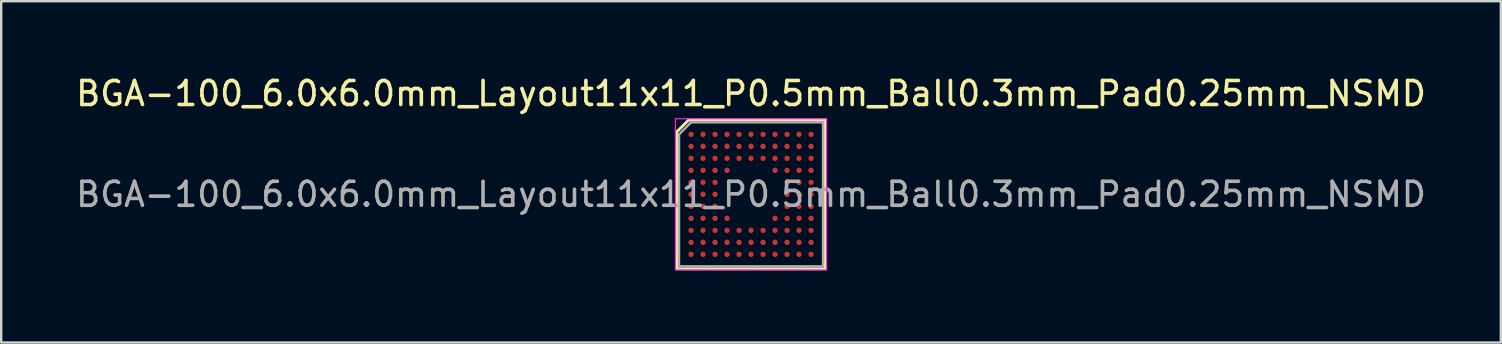
<source format=kicad_pcb>
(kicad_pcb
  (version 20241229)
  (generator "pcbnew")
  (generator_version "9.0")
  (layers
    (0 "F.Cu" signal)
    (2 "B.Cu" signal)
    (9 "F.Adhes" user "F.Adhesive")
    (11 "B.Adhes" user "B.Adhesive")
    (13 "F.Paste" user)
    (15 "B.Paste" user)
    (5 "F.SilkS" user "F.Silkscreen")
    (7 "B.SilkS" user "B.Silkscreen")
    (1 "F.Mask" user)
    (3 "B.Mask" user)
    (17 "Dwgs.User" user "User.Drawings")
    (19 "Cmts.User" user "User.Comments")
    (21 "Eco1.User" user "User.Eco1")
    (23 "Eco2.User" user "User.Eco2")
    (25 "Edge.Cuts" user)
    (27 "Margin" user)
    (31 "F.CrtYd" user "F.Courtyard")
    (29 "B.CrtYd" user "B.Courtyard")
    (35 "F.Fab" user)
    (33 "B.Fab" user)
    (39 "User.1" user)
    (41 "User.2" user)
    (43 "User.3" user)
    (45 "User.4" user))
  (footprint "BGA-100_6.0x6.0mm_Layout11x11_P0.5mm_Ball0.3mm_Pad0.25mm_NSMD"
    (layer "F.Cu")
    (at 28.244 5.048)
    (property "Reference" "BGA-100_6.0x6.0mm_Layout11x11_P0.5mm_Ball0.3mm_Pad0.25mm_NSMD" (at 0 -4.2 0) (layer "F.SilkS") (effects (font (size 1 1) (thickness 0.15))))
    (attr smd)
    (fp_line (start -3.1 -2.6) (end -3.1 3.1) (stroke (width 0.12) (type solid)) (layer "F.SilkS"))
    (fp_line (start -3.1 3.1) (end 3.1 3.1) (stroke (width 0.12) (type solid)) (layer "F.SilkS"))
    (fp_line (start -2.6 -3.1) (end -3.1 -2.6) (stroke (width 0.12) (type solid)) (layer "F.SilkS"))
    (fp_line (start 3.1 -3.1) (end -2.6 -3.1) (stroke (width 0.12) (type solid)) (layer "F.SilkS"))
    (fp_line (start 3.1 3.1) (end 3.1 -3.1) (stroke (width 0.12) (type solid)) (layer "F.SilkS"))
    (fp_line (start -3.15 -3.15) (end 3.15 -3.15) (stroke (width 0.05) (type solid)) (layer "F.CrtYd"))
    (fp_line (start -3.15 3.15) (end -3.15 -3.15) (stroke (width 0.05) (type solid)) (layer "F.CrtYd"))
    (fp_line (start 3.15 -3.15) (end 3.15 3.15) (stroke (width 0.05) (type solid)) (layer "F.CrtYd"))
    (fp_line (start 3.15 3.15) (end -3.15 3.15) (stroke (width 0.05) (type solid)) (layer "F.CrtYd"))
    (fp_line (start -3 -2.5) (end -3 3) (stroke (width 0.1) (type solid)) (layer "F.Fab"))
    (fp_line (start -3 3) (end 3 3) (stroke (width 0.1) (type solid)) (layer "F.Fab"))
    (fp_line (start -2.5 -3) (end -3 -2.5) (stroke (width 0.1) (type solid)) (layer "F.Fab"))
    (fp_line (start 3 -3) (end -2.5 -3) (stroke (width 0.1) (type solid)) (layer "F.Fab"))
    (fp_line (start 3 3) (end 3 -3) (stroke (width 0.1) (type solid)) (layer "F.Fab"))
    (fp_text user "${REFERENCE}" (at 0 0 0) (layer "F.Fab") (effects (font (size 1 1) (thickness 0.15))))
    (pad "A1" smd circle (at -2.5 -2.5) (size 0.225 0.225) (layers "F.Cu" "F.Mask" "F.Paste"))
    (pad "A2" smd circle (at -2 -2.5) (size 0.225 0.225) (layers "F.Cu" "F.Mask" "F.Paste"))
    (pad "A3" smd circle (at -1.5 -2.5) (size 0.225 0.225) (layers "F.Cu" "F.Mask" "F.Paste"))
    (pad "A4" smd circle (at -1 -2.5) (size 0.225 0.225) (layers "F.Cu" "F.Mask" "F.Paste"))
    (pad "A5" smd circle (at -0.5 -2.5) (size 0.225 0.225) (layers "F.Cu" "F.Mask" "F.Paste"))
    (pad "A6" smd circle (at 0 -2.5) (size 0.225 0.225) (layers "F.Cu" "F.Mask" "F.Paste"))
    (pad "A7" smd circle (at 0.5 -2.5) (size 0.225 0.225) (layers "F.Cu" "F.Mask" "F.Paste"))
    (pad "A8" smd circle (at 1 -2.5) (size 0.225 0.225) (layers "F.Cu" "F.Mask" "F.Paste"))
    (pad "A9" smd circle (at 1.5 -2.5) (size 0.225 0.225) (layers "F.Cu" "F.Mask" "F.Paste"))
    (pad "A10" smd circle (at 2 -2.5) (size 0.225 0.225) (layers "F.Cu" "F.Mask" "F.Paste"))
    (pad "A11" smd circle (at 2.5 -2.5) (size 0.225 0.225) (layers "F.Cu" "F.Mask" "F.Paste"))
    (pad "B1" smd circle (at -2.5 -2) (size 0.225 0.225) (layers "F.Cu" "F.Mask" "F.Paste"))
    (pad "B2" smd circle (at -2 -2) (size 0.225 0.225) (layers "F.Cu" "F.Mask" "F.Paste"))
    (pad "B3" smd circle (at -1.5 -2) (size 0.225 0.225) (layers "F.Cu" "F.Mask" "F.Paste"))
    (pad "B4" smd circle (at -1 -2) (size 0.225 0.225) (layers "F.Cu" "F.Mask" "F.Paste"))
    (pad "B5" smd circle (at -0.5 -2) (size 0.225 0.225) (layers "F.Cu" "F.Mask" "F.Paste"))
    (pad "B6" smd circle (at 0 -2) (size 0.225 0.225) (layers "F.Cu" "F.Mask" "F.Paste"))
    (pad "B7" smd circle (at 0.5 -2) (size 0.225 0.225) (layers "F.Cu" "F.Mask" "F.Paste"))
    (pad "B8" smd circle (at 1 -2) (size 0.225 0.225) (layers "F.Cu" "F.Mask" "F.Paste"))
    (pad "B9" smd circle (at 1.5 -2) (size 0.225 0.225) (layers "F.Cu" "F.Mask" "F.Paste"))
    (pad "B10" smd circle (at 2 -2) (size 0.225 0.225) (layers "F.Cu" "F.Mask" "F.Paste"))
    (pad "B11" smd circle (at 2.5 -2) (size 0.225 0.225) (layers "F.Cu" "F.Mask" "F.Paste"))
    (pad "C1" smd circle (at -2.5 -1.5) (size 0.225 0.225) (layers "F.Cu" "F.Mask" "F.Paste"))
    (pad "C2" smd circle (at -2 -1.5) (size 0.225 0.225) (layers "F.Cu" "F.Mask" "F.Paste"))
    (pad "C3" smd circle (at -1.5 -1.5) (size 0.225 0.225) (layers "F.Cu" "F.Mask" "F.Paste"))
    (pad "C4" smd circle (at -1 -1.5) (size 0.225 0.225) (layers "F.Cu" "F.Mask" "F.Paste"))
    (pad "C5" smd circle (at -0.5 -1.5) (size 0.225 0.225) (layers "F.Cu" "F.Mask" "F.Paste"))
    (pad "C6" smd circle (at 0 -1.5) (size 0.225 0.225) (layers "F.Cu" "F.Mask" "F.Paste"))
    (pad "C7" smd circle (at 0.5 -1.5) (size 0.225 0.225) (layers "F.Cu" "F.Mask" "F.Paste"))
    (pad "C8" smd circle (at 1 -1.5) (size 0.225 0.225) (layers "F.Cu" "F.Mask" "F.Paste"))
    (pad "C9" smd circle (at 1.5 -1.5) (size 0.225 0.225) (layers "F.Cu" "F.Mask" "F.Paste"))
    (pad "C10" smd circle (at 2 -1.5) (size 0.225 0.225) (layers "F.Cu" "F.Mask" "F.Paste"))
    (pad "C11" smd circle (at 2.5 -1.5) (size 0.225 0.225) (layers "F.Cu" "F.Mask" "F.Paste"))
    (pad "D1" smd circle (at -2.5 -1) (size 0.225 0.225) (layers "F.Cu" "F.Mask" "F.Paste"))
    (pad "D2" smd circle (at -2 -1) (size 0.225 0.225) (layers "F.Cu" "F.Mask" "F.Paste"))
    (pad "D3" smd circle (at -1.5 -1) (size 0.225 0.225) (layers "F.Cu" "F.Mask" "F.Paste"))
    (pad "D4" smd circle (at -1 -1) (size 0.225 0.225) (layers "F.Cu" "F.Mask" "F.Paste"))
    (pad "D8" smd circle (at 1 -1) (size 0.225 0.225) (layers "F.Cu" "F.Mask" "F.Paste"))
    (pad "D9" smd circle (at 1.5 -1) (size 0.225 0.225) (layers "F.Cu" "F.Mask" "F.Paste"))
    (pad "D10" smd circle (at 2 -1) (size 0.225 0.225) (layers "F.Cu" "F.Mask" "F.Paste"))
    (pad "D11" smd circle (at 2.5 -1) (size 0.225 0.225) (layers "F.Cu" "F.Mask" "F.Paste"))
    (pad "E1" smd circle (at -2.5 -0.5) (size 0.225 0.225) (layers "F.Cu" "F.Mask" "F.Paste"))
    (pad "E2" smd circle (at -2 -0.5) (size 0.225 0.225) (layers "F.Cu" "F.Mask" "F.Paste"))
    (pad "E3" smd circle (at -1.5 -0.5) (size 0.225 0.225) (layers "F.Cu" "F.Mask" "F.Paste"))
    (pad "E9" smd circle (at 1.5 -0.5) (size 0.225 0.225) (layers "F.Cu" "F.Mask" "F.Paste"))
    (pad "E10" smd circle (at 2 -0.5) (size 0.225 0.225) (layers "F.Cu" "F.Mask" "F.Paste"))
    (pad "E11" smd circle (at 2.5 -0.5) (size 0.225 0.225) (layers "F.Cu" "F.Mask" "F.Paste"))
    (pad "F1" smd circle (at -2.5 0) (size 0.225 0.225) (layers "F.Cu" "F.Mask" "F.Paste"))
    (pad "F2" smd circle (at -2 0) (size 0.225 0.225) (layers "F.Cu" "F.Mask" "F.Paste"))
    (pad "F3" smd circle (at -1.5 0) (size 0.225 0.225) (layers "F.Cu" "F.Mask" "F.Paste"))
    (pad "F9" smd circle (at 1.5 0) (size 0.225 0.225) (layers "F.Cu" "F.Mask" "F.Paste"))
    (pad "F10" smd circle (at 2 0) (size 0.225 0.225) (layers "F.Cu" "F.Mask" "F.Paste"))
    (pad "F11" smd circle (at 2.5 0) (size 0.225 0.225) (layers "F.Cu" "F.Mask" "F.Paste"))
    (pad "G1" smd circle (at -2.5 0.5) (size 0.225 0.225) (layers "F.Cu" "F.Mask" "F.Paste"))
    (pad "G2" smd circle (at -2 0.5) (size 0.225 0.225) (layers "F.Cu" "F.Mask" "F.Paste"))
    (pad "G3" smd circle (at -1.5 0.5) (size 0.225 0.225) (layers "F.Cu" "F.Mask" "F.Paste"))
    (pad "G9" smd circle (at 1.5 0.5) (size 0.225 0.225) (layers "F.Cu" "F.Mask" "F.Paste"))
    (pad "G10" smd circle (at 2 0.5) (size 0.225 0.225) (layers "F.Cu" "F.Mask" "F.Paste"))
    (pad "G11" smd circle (at 2.5 0.5) (size 0.225 0.225) (layers "F.Cu" "F.Mask" "F.Paste"))
    (pad "H1" smd circle (at -2.5 1) (size 0.225 0.225) (layers "F.Cu" "F.Mask" "F.Paste"))
    (pad "H2" smd circle (at -2 1) (size 0.225 0.225) (layers "F.Cu" "F.Mask" "F.Paste"))
    (pad "H3" smd circle (at -1.5 1) (size 0.225 0.225) (layers "F.Cu" "F.Mask" "F.Paste"))
    (pad "H4" smd circle (at -1 1) (size 0.225 0.225) (layers "F.Cu" "F.Mask" "F.Paste"))
    (pad "H8" smd circle (at 1 1) (size 0.225 0.225) (layers "F.Cu" "F.Mask" "F.Paste"))
    (pad "H9" smd circle (at 1.5 1) (size 0.225 0.225) (layers "F.Cu" "F.Mask" "F.Paste"))
    (pad "H10" smd circle (at 2 1) (size 0.225 0.225) (layers "F.Cu" "F.Mask" "F.Paste"))
    (pad "H11" smd circle (at 2.5 1) (size 0.225 0.225) (layers "F.Cu" "F.Mask" "F.Paste"))
    (pad "J1" smd circle (at -2.5 1.5) (size 0.225 0.225) (layers "F.Cu" "F.Mask" "F.Paste"))
    (pad "J2" smd circle (at -2 1.5) (size 0.225 0.225) (layers "F.Cu" "F.Mask" "F.Paste"))
    (pad "J3" smd circle (at -1.5 1.5) (size 0.225 0.225) (layers "F.Cu" "F.Mask" "F.Paste"))
    (pad "J4" smd circle (at -1 1.5) (size 0.225 0.225) (layers "F.Cu" "F.Mask" "F.Paste"))
    (pad "J5" smd circle (at -0.5 1.5) (size 0.225 0.225) (layers "F.Cu" "F.Mask" "F.Paste"))
    (pad "J6" smd circle (at 0 1.5) (size 0.225 0.225) (layers "F.Cu" "F.Mask" "F.Paste"))
    (pad "J7" smd circle (at 0.5 1.5) (size 0.225 0.225) (layers "F.Cu" "F.Mask" "F.Paste"))
    (pad "J8" smd circle (at 1 1.5) (size 0.225 0.225) (layers "F.Cu" "F.Mask" "F.Paste"))
    (pad "J9" smd circle (at 1.5 1.5) (size 0.225 0.225) (layers "F.Cu" "F.Mask" "F.Paste"))
    (pad "J10" smd circle (at 2 1.5) (size 0.225 0.225) (layers "F.Cu" "F.Mask" "F.Paste"))
    (pad "J11" smd circle (at 2.5 1.5) (size 0.225 0.225) (layers "F.Cu" "F.Mask" "F.Paste"))
    (pad "K1" smd circle (at -2.5 2) (size 0.225 0.225) (layers "F.Cu" "F.Mask" "F.Paste"))
    (pad "K2" smd circle (at -2 2) (size 0.225 0.225) (layers "F.Cu" "F.Mask" "F.Paste"))
    (pad "K3" smd circle (at -1.5 2) (size 0.225 0.225) (layers "F.Cu" "F.Mask" "F.Paste"))
    (pad "K4" smd circle (at -1 2) (size 0.225 0.225) (layers "F.Cu" "F.Mask" "F.Paste"))
    (pad "K5" smd circle (at -0.5 2) (size 0.225 0.225) (layers "F.Cu" "F.Mask" "F.Paste"))
    (pad "K6" smd circle (at 0 2) (size 0.225 0.225) (layers "F.Cu" "F.Mask" "F.Paste"))
    (pad "K7" smd circle (at 0.5 2) (size 0.225 0.225) (layers "F.Cu" "F.Mask" "F.Paste"))
    (pad "K8" smd circle (at 1 2) (size 0.225 0.225) (layers "F.Cu" "F.Mask" "F.Paste"))
    (pad "K9" smd circle (at 1.5 2) (size 0.225 0.225) (layers "F.Cu" "F.Mask" "F.Paste"))
    (pad "K10" smd circle (at 2 2) (size 0.225 0.225) (layers "F.Cu" "F.Mask" "F.Paste"))
    (pad "K11" smd circle (at 2.5 2) (size 0.225 0.225) (layers "F.Cu" "F.Mask" "F.Paste"))
    (pad "L1" smd circle (at -2.5 2.5) (size 0.225 0.225) (layers "F.Cu" "F.Mask" "F.Paste"))
    (pad "L2" smd circle (at -2 2.5) (size 0.225 0.225) (layers "F.Cu" "F.Mask" "F.Paste"))
    (pad "L3" smd circle (at -1.5 2.5) (size 0.225 0.225) (layers "F.Cu" "F.Mask" "F.Paste"))
    (pad "L4" smd circle (at -1 2.5) (size 0.225 0.225) (layers "F.Cu" "F.Mask" "F.Paste"))
    (pad "L5" smd circle (at -0.5 2.5) (size 0.225 0.225) (layers "F.Cu" "F.Mask" "F.Paste"))
    (pad "L6" smd circle (at 0 2.5) (size 0.225 0.225) (layers "F.Cu" "F.Mask" "F.Paste"))
    (pad "L7" smd circle (at 0.5 2.5) (size 0.225 0.225) (layers "F.Cu" "F.Mask" "F.Paste"))
    (pad "L8" smd circle (at 1 2.5) (size 0.225 0.225) (layers "F.Cu" "F.Mask" "F.Paste"))
    (pad "L9" smd circle (at 1.5 2.5) (size 0.225 0.225) (layers "F.Cu" "F.Mask" "F.Paste"))
    (pad "L10" smd circle (at 2 2.5) (size 0.225 0.225) (layers "F.Cu" "F.Mask" "F.Paste"))
    (pad "L11" smd circle (at 2.5 2.5) (size 0.225 0.225) (layers "F.Cu" "F.Mask" "F.Paste")))
  (gr_rect
    (start -3 -3)
    (end 59.488 11.223)
    (stroke (width 0.1) (type default))
    (fill no)
    (layer "Edge.Cuts")))
</source>
